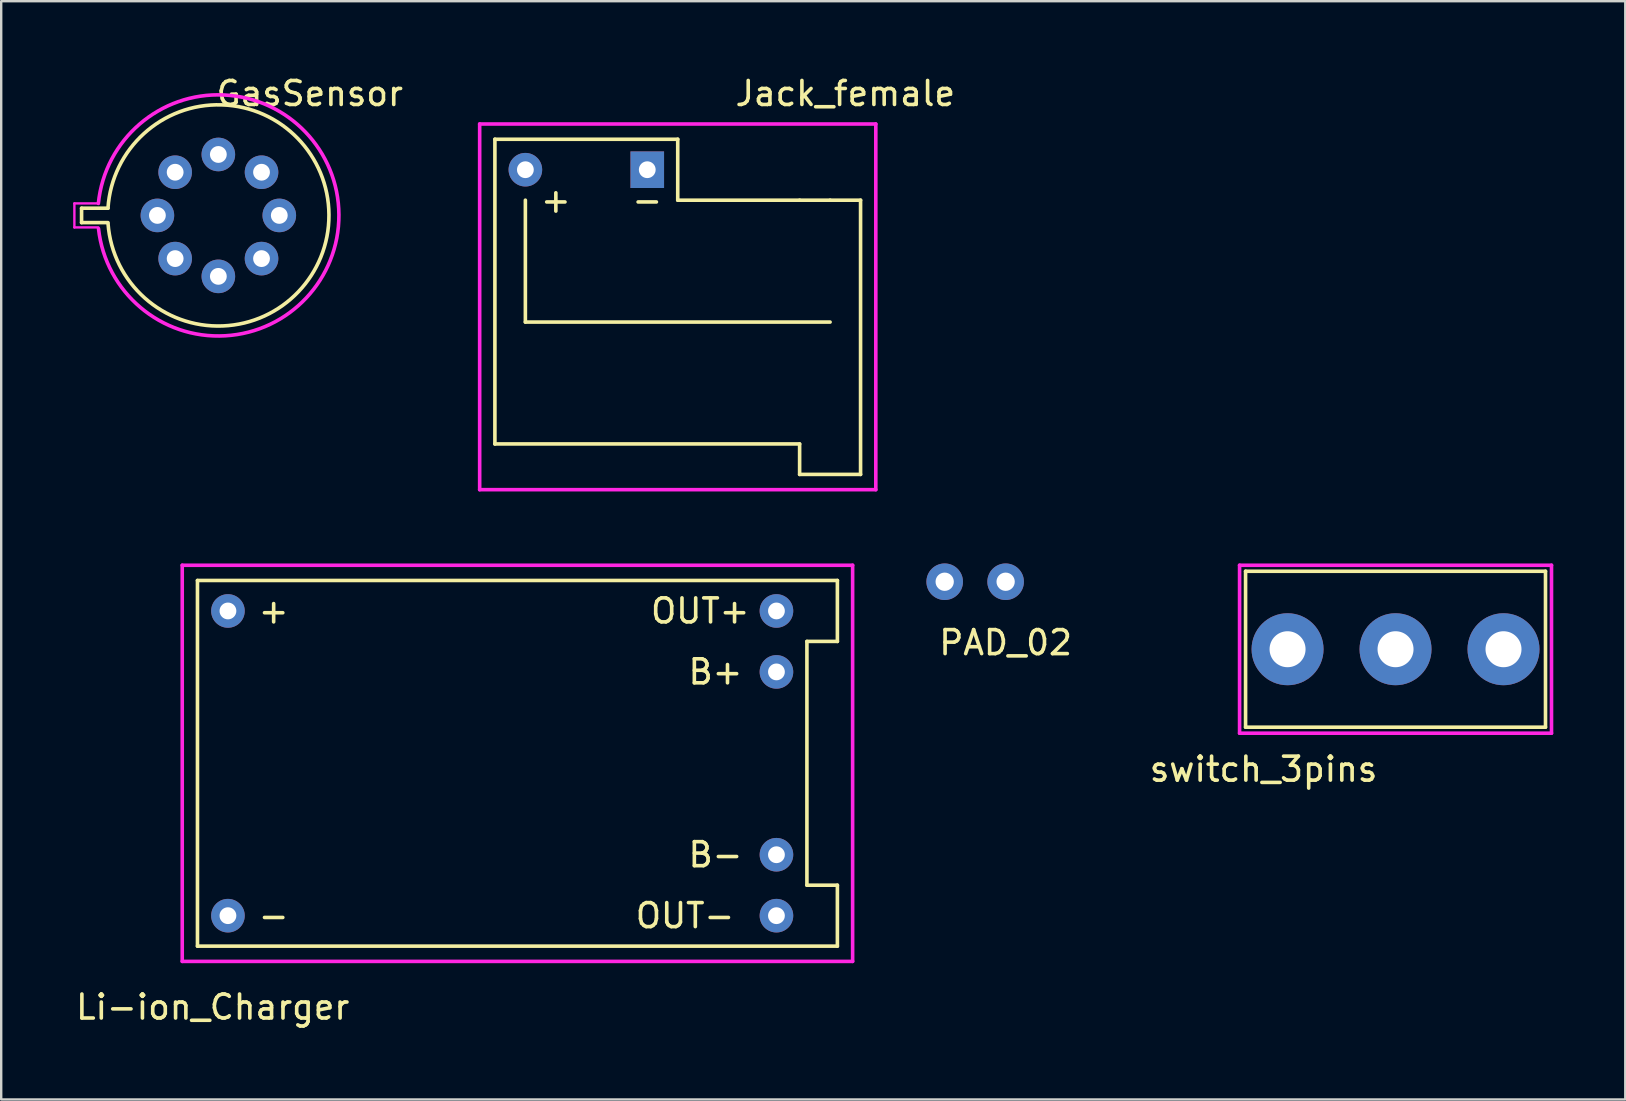
<source format=kicad_pcb>
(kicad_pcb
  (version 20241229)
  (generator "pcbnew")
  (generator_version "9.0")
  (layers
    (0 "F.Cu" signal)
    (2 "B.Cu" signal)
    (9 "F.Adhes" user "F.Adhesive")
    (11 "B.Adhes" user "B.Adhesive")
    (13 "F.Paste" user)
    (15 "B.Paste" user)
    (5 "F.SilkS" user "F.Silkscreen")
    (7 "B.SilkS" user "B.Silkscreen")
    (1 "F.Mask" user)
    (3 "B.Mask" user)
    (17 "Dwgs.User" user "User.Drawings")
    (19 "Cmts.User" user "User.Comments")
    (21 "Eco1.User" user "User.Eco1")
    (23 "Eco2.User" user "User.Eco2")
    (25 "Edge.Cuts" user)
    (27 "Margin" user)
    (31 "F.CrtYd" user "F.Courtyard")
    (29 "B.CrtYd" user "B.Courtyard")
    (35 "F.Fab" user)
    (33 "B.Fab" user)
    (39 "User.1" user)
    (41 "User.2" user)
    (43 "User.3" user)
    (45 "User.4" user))
  (footprint "switch_3pins"
    (layer "F.Cu")
    (at 55.112 24.008)
    (property "Reference" "switch_3pins" (at -5.5 5 0) (layer "F.SilkS") (effects (font (size 1 1) (thickness 0.15))))
    (attr through_hole)
    (fp_line (start -6.25 -3.25) (end 6.25 -3.25) (stroke (width 0.15) (type solid)) (layer "F.SilkS"))
    (fp_line (start -6.25 3.25) (end -6.25 -3.25) (stroke (width 0.15) (type solid)) (layer "F.SilkS"))
    (fp_line (start 6.25 -3.25) (end 6.25 3.25) (stroke (width 0.15) (type solid)) (layer "F.SilkS"))
    (fp_line (start 6.25 3.25) (end -6.25 3.25) (stroke (width 0.15) (type solid)) (layer "F.SilkS"))
    (fp_line (start -6.5 -3.5) (end 6.5 -3.5) (stroke (width 0.15) (type solid)) (layer "F.CrtYd"))
    (fp_line (start -6.5 3.5) (end -6.5 -3.5) (stroke (width 0.15) (type solid)) (layer "F.CrtYd"))
    (fp_line (start 6.5 -3.5) (end 6.5 3.5) (stroke (width 0.15) (type solid)) (layer "F.CrtYd"))
    (fp_line (start 6.5 3.5) (end -6.5 3.5) (stroke (width 0.15) (type solid)) (layer "F.CrtYd"))
    (pad "1" thru_hole circle (at -4.5 0) (size 3 3) (drill 1.5) (layers "*.Cu" "*.Mask"))
    (pad "2" thru_hole circle (at 0 0) (size 3 3) (drill 1.5) (layers "*.Cu" "*.Mask"))
    (pad "3" thru_hole circle (at 4.5 0) (size 3 3) (drill 1.5) (layers "*.Cu" "*.Mask")))
  (footprint "Jack_female"
    (layer "F.Cu")
    (at 18.846 4.023)
    (property "Reference" "Jack_female" (at 13.335 -3.175 0) (layer "F.SilkS") (effects (font (size 1 1) (thickness 0.15))))
    (attr through_hole)
    (fp_line (start -1.27 -1.27) (end 6.35 -1.27) (stroke (width 0.15) (type solid)) (layer "F.SilkS"))
    (fp_line (start -1.27 11.43) (end -1.27 -1.27) (stroke (width 0.15) (type solid)) (layer "F.SilkS"))
    (fp_line (start 0 6.35) (end 0 1.27) (stroke (width 0.15) (type solid)) (layer "F.SilkS"))
    (fp_line (start 6.35 -1.27) (end 6.35 1.27) (stroke (width 0.15) (type solid)) (layer "F.SilkS"))
    (fp_line (start 6.35 1.27) (end 11.43 1.27) (stroke (width 0.15) (type solid)) (layer "F.SilkS"))
    (fp_line (start 11.43 1.27) (end 12.7 1.27) (stroke (width 0.15) (type solid)) (layer "F.SilkS"))
    (fp_line (start 11.43 11.43) (end -1.27 11.43) (stroke (width 0.15) (type solid)) (layer "F.SilkS"))
    (fp_line (start 11.43 12.7) (end 11.43 11.43) (stroke (width 0.15) (type solid)) (layer "F.SilkS"))
    (fp_line (start 12.7 1.27) (end 13.97 1.27) (stroke (width 0.15) (type solid)) (layer "F.SilkS"))
    (fp_line (start 12.7 6.35) (end 0 6.35) (stroke (width 0.15) (type solid)) (layer "F.SilkS"))
    (fp_line (start 13.97 1.27) (end 13.97 12.7) (stroke (width 0.15) (type solid)) (layer "F.SilkS"))
    (fp_line (start 13.97 12.7) (end 11.43 12.7) (stroke (width 0.15) (type solid)) (layer "F.SilkS"))
    (fp_line (start -1.905 -1.905) (end 14.605 -1.905) (stroke (width 0.15) (type solid)) (layer "F.CrtYd"))
    (fp_line (start -1.905 13.335) (end -1.905 -1.905) (stroke (width 0.15) (type solid)) (layer "F.CrtYd"))
    (fp_line (start 14.605 -1.905) (end 14.605 13.335) (stroke (width 0.15) (type solid)) (layer "F.CrtYd"))
    (fp_line (start 14.605 13.335) (end -1.905 13.335) (stroke (width 0.15) (type solid)) (layer "F.CrtYd"))
    (fp_text user "+" (at 1.27 1.27 0) (layer "F.SilkS") (effects (font (size 1 1) (thickness 0.15))))
    (fp_text user "-" (at 5.08 1.27 180) (layer "F.SilkS") (effects (font (size 1 1) (thickness 0.15))))
    (pad "1" thru_hole circle (at 0 0) (size 1.4 1.4) (drill 0.7) (layers "*.Cu" "*.Mask"))
    (pad "2" thru_hole rect (at 5.08 0) (size 1.4 1.524) (drill 0.7) (layers "*.Cu" "*.Mask")))
  (footprint "PAD_02"
    (layer "F.Cu")
    (at 37.592 21.195)
    (property "Reference" "PAD_02" (at 1.27 2.54 0) (layer "F.SilkS") (effects (font (size 1 1) (thickness 0.15))))
    (attr through_hole)
    (pad "1" thru_hole circle (at -1.27 0) (size 1.524 1.524) (drill 0.762) (layers "*.Cu" "*.Mask"))
    (pad "2" thru_hole circle (at 1.27 0) (size 1.524 1.524) (drill 0.762) (layers "*.Cu" "*.Mask")))
  (footprint "Li-ion_Charger"
    (layer "F.Cu")
    (at 6.45 22.413)
    (property "Reference" "Li-ion_Charger" (at -0.635 16.51 0) (layer "F.SilkS") (effects (font (size 1 1) (thickness 0.15))))
    (attr through_hole)
    (fp_line (start -1.27 -1.27) (end 25.4 -1.27) (stroke (width 0.15) (type solid)) (layer "F.SilkS"))
    (fp_line (start -1.27 13.97) (end -1.27 -1.27) (stroke (width 0.15) (type solid)) (layer "F.SilkS"))
    (fp_line (start 24.13 1.27) (end 24.13 11.43) (stroke (width 0.15) (type solid)) (layer "F.SilkS"))
    (fp_line (start 24.13 11.43) (end 25.4 11.43) (stroke (width 0.15) (type solid)) (layer "F.SilkS"))
    (fp_line (start 25.4 -1.27) (end 25.4 1.27) (stroke (width 0.15) (type solid)) (layer "F.SilkS"))
    (fp_line (start 25.4 1.27) (end 24.13 1.27) (stroke (width 0.15) (type solid)) (layer "F.SilkS"))
    (fp_line (start 25.4 11.43) (end 25.4 13.97) (stroke (width 0.15) (type solid)) (layer "F.SilkS"))
    (fp_line (start 25.4 13.97) (end -1.27 13.97) (stroke (width 0.15) (type solid)) (layer "F.SilkS"))
    (fp_line (start -1.905 -1.905) (end 26.035 -1.905) (stroke (width 0.15) (type solid)) (layer "F.CrtYd"))
    (fp_line (start -1.905 14.605) (end -1.905 -1.905) (stroke (width 0.15) (type solid)) (layer "F.CrtYd"))
    (fp_line (start 26.035 -1.905) (end 26.035 14.605) (stroke (width 0.15) (type solid)) (layer "F.CrtYd"))
    (fp_line (start 26.035 14.605) (end -1.905 14.605) (stroke (width 0.15) (type solid)) (layer "F.CrtYd"))
    (fp_text user "B+" (at 20.32 2.54 0) (layer "F.SilkS") (effects (font (size 1 1) (thickness 0.15))))
    (fp_text user "+" (at 1.905 0 0) (layer "F.SilkS") (effects (font (size 1 1) (thickness 0.15))))
    (fp_text user "B-" (at 20.32 10.16 0) (layer "F.SilkS") (effects (font (size 1 1) (thickness 0.15))))
    (fp_text user "OUT+" (at 19.685 0 0) (layer "F.SilkS") (effects (font (size 1 1) (thickness 0.15))))
    (fp_text user "-" (at 1.905 12.7 0) (layer "F.SilkS") (effects (font (size 1 1) (thickness 0.15))))
    (fp_text user "OUT-" (at 19.05 12.7 0) (layer "F.SilkS") (effects (font (size 1 1) (thickness 0.15))))
    (pad "1" thru_hole circle (at 0 0) (size 1.4 1.4) (drill 0.7) (layers "*.Cu" "*.Mask"))
    (pad "2" thru_hole circle (at 0 12.7) (size 1.4 1.4) (drill 0.7) (layers "*.Cu" "*.Mask"))
    (pad "3" thru_hole circle (at 22.86 0) (size 1.4 1.4) (drill 0.7) (layers "*.Cu" "*.Mask"))
    (pad "4" thru_hole circle (at 22.86 2.54) (size 1.4 1.4) (drill 0.7) (layers "*.Cu" "*.Mask"))
    (pad "5" thru_hole circle (at 22.86 10.16) (size 1.4 1.4) (drill 0.7) (layers "*.Cu" "*.Mask"))
    (pad "6" thru_hole circle (at 22.86 12.7) (size 1.4 1.4) (drill 0.7) (layers "*.Cu" "*.Mask")))
  (footprint "GasSensor"
    (layer "F.Cu")
    (at 6.05 5.928)
    (property "Reference" "GasSensor" (at 3.81 -5.08 0) (layer "F.SilkS") (effects (font (size 1 1) (thickness 0.15))))
    (attr through_hole)
    (fp_line (start -5.7 -0.3) (end -5.7 0.3) (stroke (width 0.15) (type solid)) (layer "F.SilkS"))
    (fp_line (start -5.7 0.3) (end -4.6 0.3) (stroke (width 0.15) (type solid)) (layer "F.SilkS"))
    (fp_line (start -4.6 -0.3) (end -5.7 -0.3) (stroke (width 0.15) (type solid)) (layer "F.SilkS"))
    (fp_arc (start -4.6 -0.3) (mid 4.609722 -0.021611) (end -4.596985 0.343116) (stroke (width 0.15) (type solid)) (layer "F.SilkS"))
    (fp_line (start -6 -0.5) (end -6 0.5) (stroke (width 0.1) (type solid)) (layer "F.CrtYd"))
    (fp_line (start -6 0.5) (end -5 0.5) (stroke (width 0.1) (type solid)) (layer "F.CrtYd"))
    (fp_line (start -5 -0.5) (end -6 -0.5) (stroke (width 0.1) (type solid)) (layer "F.CrtYd"))
    (fp_arc (start -5 -0.5) (mid 5.024874 -0.025382) (end -4.994694 0.550485) (stroke (width 0.15) (type solid)) (layer "F.CrtYd"))
    (pad "1" thru_hole circle (at -2.54 0) (size 1.4 1.4) (drill 0.7) (layers "*.Cu" "*.Mask"))
    (pad "2" thru_hole circle (at -1.8 -1.8) (size 1.4 1.4) (drill 0.7) (layers "*.Cu" "*.Mask"))
    (pad "3" thru_hole circle (at 0 -2.54) (size 1.4 1.4) (drill 0.7) (layers "*.Cu" "*.Mask"))
    (pad "4" thru_hole circle (at 1.8 -1.8) (size 1.4 1.4) (drill 0.7) (layers "*.Cu" "*.Mask"))
    (pad "5" thru_hole circle (at 2.54 0) (size 1.4 1.4) (drill 0.7) (layers "*.Cu" "*.Mask"))
    (pad "6" thru_hole circle (at 1.8 1.8) (size 1.4 1.4) (drill 0.7) (layers "*.Cu" "*.Mask"))
    (pad "7" thru_hole circle (at 0 2.54) (size 1.4 1.4) (drill 0.7) (layers "*.Cu" "*.Mask"))
    (pad "8" thru_hole circle (at -1.8 1.8) (size 1.4 1.4) (drill 0.7) (layers "*.Cu" "*.Mask")))
  (gr_rect
    (start -3 -3)
    (end 64.687 42.772)
    (stroke (width 0.1) (type default))
    (fill no)
    (layer "Edge.Cuts")))
</source>
